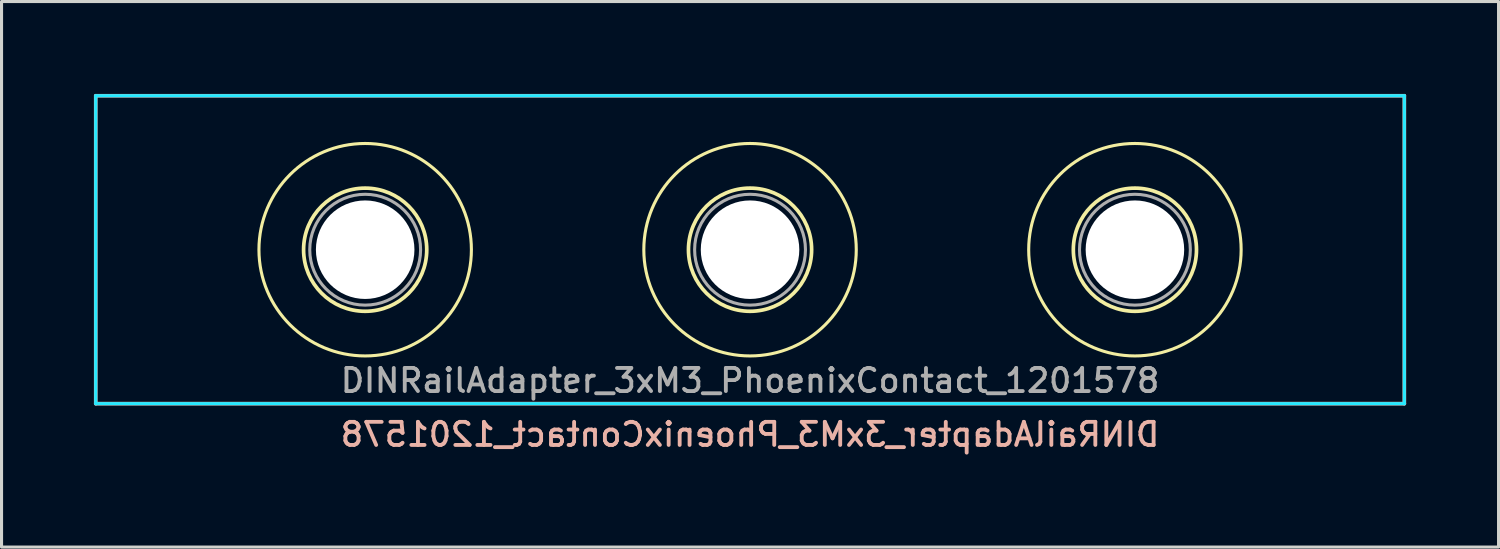
<source format=kicad_pcb>
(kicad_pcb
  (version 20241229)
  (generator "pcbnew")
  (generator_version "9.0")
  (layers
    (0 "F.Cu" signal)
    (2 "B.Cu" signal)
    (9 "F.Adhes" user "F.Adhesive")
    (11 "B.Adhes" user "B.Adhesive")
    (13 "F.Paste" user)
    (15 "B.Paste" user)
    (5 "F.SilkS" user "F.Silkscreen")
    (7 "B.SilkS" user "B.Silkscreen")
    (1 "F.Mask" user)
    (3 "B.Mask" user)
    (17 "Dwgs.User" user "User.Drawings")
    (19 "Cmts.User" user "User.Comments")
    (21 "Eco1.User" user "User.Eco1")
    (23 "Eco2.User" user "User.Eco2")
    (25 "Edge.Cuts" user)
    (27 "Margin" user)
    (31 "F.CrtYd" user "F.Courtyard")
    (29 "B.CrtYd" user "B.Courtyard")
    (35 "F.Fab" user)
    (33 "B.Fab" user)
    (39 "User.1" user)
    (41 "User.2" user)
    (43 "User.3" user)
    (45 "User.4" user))
  (footprint "DINRailAdapter_3xM3_PhoenixContact_1201578"
    (layer "F.Cu")
    (at 21.31 5.06)
    (property "Reference" "DINRailAdapter_3xM3_PhoenixContact_1201578" (at 0 6 0) (layer "B.SilkS") (effects (font (size 0.75 0.75) (thickness 0.125)) (justify mirror)))
    (attr through_hole)
    (fp_circle (center -12.5 0) (end -10.5 0) (stroke (width 0.12) (type solid)) (fill no) (layer "F.SilkS"))
    (fp_circle (center -12.5 0) (end -9.05 0) (stroke (width 0.1) (type solid)) (fill no) (layer "F.SilkS"))
    (fp_circle (center 0 0) (end 2 0) (stroke (width 0.12) (type solid)) (fill no) (layer "F.SilkS"))
    (fp_circle (center 0 0) (end 3.45 0) (stroke (width 0.1) (type solid)) (fill no) (layer "F.SilkS"))
    (fp_circle (center 12.5 0) (end 14.5 0) (stroke (width 0.12) (type solid)) (fill no) (layer "F.SilkS"))
    (fp_circle (center 12.5 0) (end 15.95 0) (stroke (width 0.1) (type solid)) (fill no) (layer "F.SilkS"))
    (fp_line (start -21.25 -5) (end -21.25 5) (stroke (width 0.12) (type solid)) (layer "B.SilkS"))
    (fp_line (start -21.25 5) (end 21.25 5) (stroke (width 0.12) (type solid)) (layer "B.SilkS"))
    (fp_line (start 21.25 -5) (end -21.25 -5) (stroke (width 0.12) (type solid)) (layer "B.SilkS"))
    (fp_line (start 21.25 5) (end 21.25 -5) (stroke (width 0.12) (type solid)) (layer "B.SilkS"))
    (fp_line (start -21.25 -5) (end 21.25 -5) (stroke (width 0.1) (type solid)) (layer "B.CrtYd"))
    (fp_line (start -21.25 5) (end -21.25 -5) (stroke (width 0.1) (type solid)) (layer "B.CrtYd"))
    (fp_line (start 21.25 -5) (end 21.25 5) (stroke (width 0.1) (type solid)) (layer "B.CrtYd"))
    (fp_line (start 21.25 5) (end -21.25 5) (stroke (width 0.1) (type solid)) (layer "B.CrtYd"))
    (fp_circle (center -12.5 0) (end -10.7 0) (stroke (width 0.1) (type solid)) (fill no) (layer "F.Fab"))
    (fp_circle (center 0 0) (end 1.8 0) (stroke (width 0.1) (type solid)) (fill no) (layer "F.Fab"))
    (fp_circle (center 12.5 0) (end 14.3 0) (stroke (width 0.1) (type solid)) (fill no) (layer "F.Fab"))
    (fp_text user "${REFERENCE}" (at 0 4.25 0) (layer "F.Fab") (effects (font (size 0.75 0.75) (thickness 0.125))))
    (pad "" np_thru_hole circle (at -12.5 0) (size 3.2 3.2) (drill 3.2) (layers "*.Cu" "*.Mask"))
    (pad "" np_thru_hole circle (at 0 0) (size 3.2 3.2) (drill 3.2) (layers "*.Cu" "*.Mask"))
    (pad "" np_thru_hole circle (at 12.5 0) (size 3.2 3.2) (drill 3.2) (layers "*.Cu" "*.Mask")))
  (gr_rect
    (start -3 -3)
    (end 45.62 14.718)
    (stroke (width 0.1) (type default))
    (fill no)
    (layer "Edge.Cuts")))
</source>
